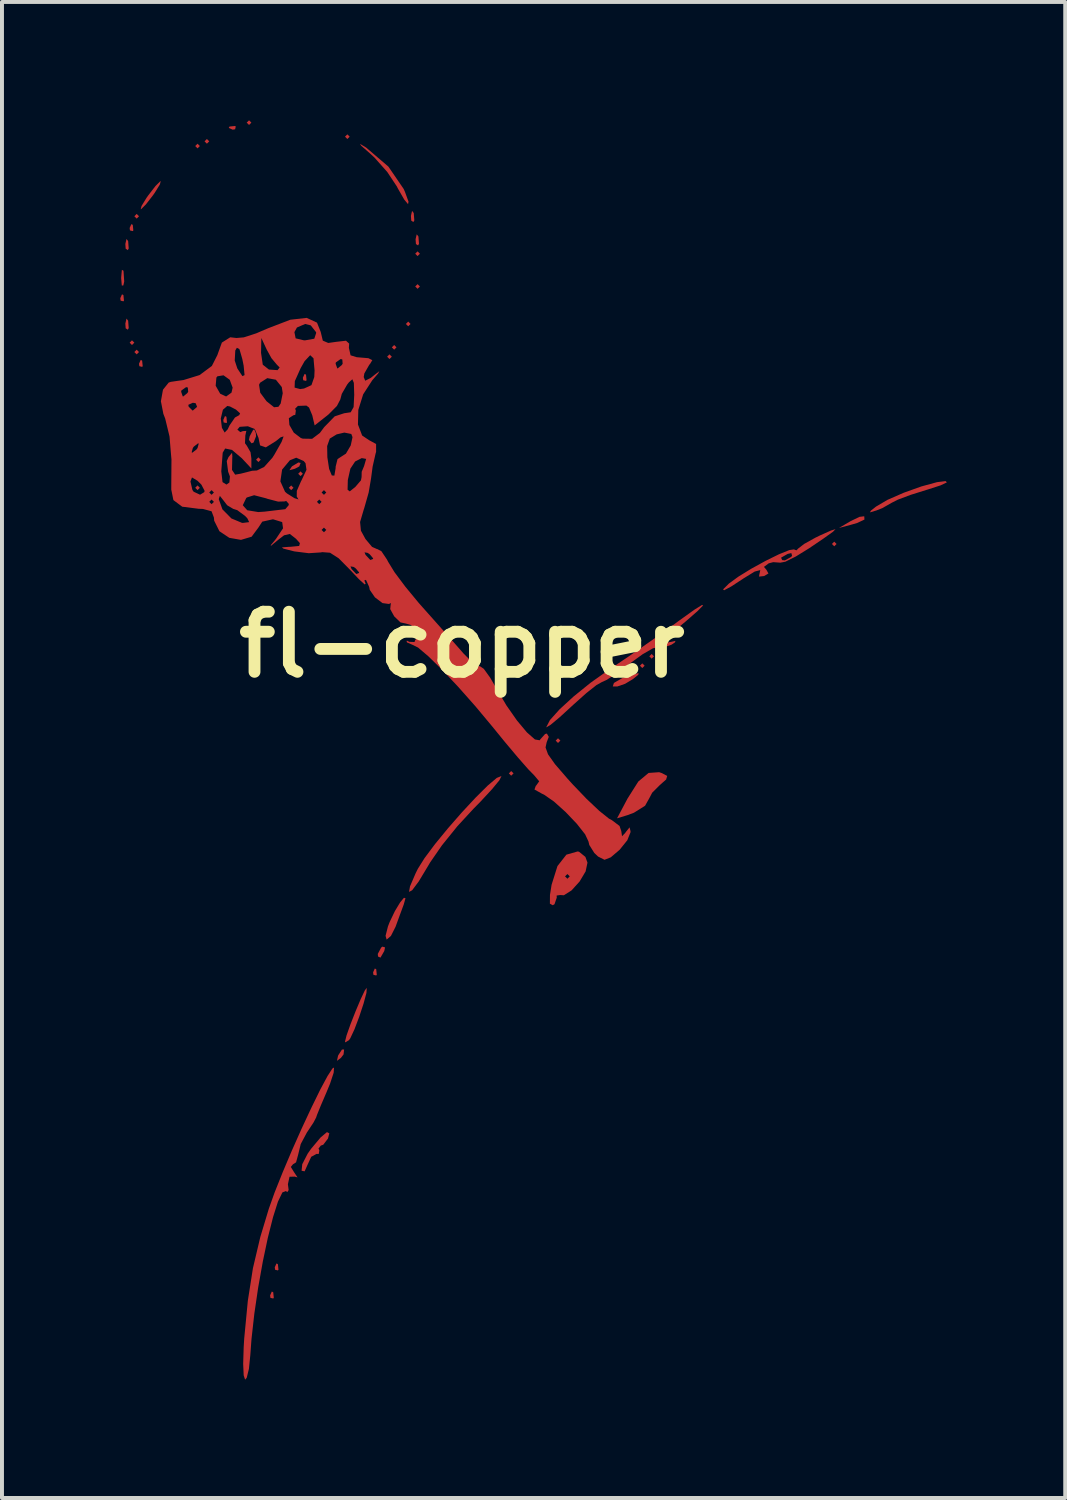
<source format=kicad_pcb>
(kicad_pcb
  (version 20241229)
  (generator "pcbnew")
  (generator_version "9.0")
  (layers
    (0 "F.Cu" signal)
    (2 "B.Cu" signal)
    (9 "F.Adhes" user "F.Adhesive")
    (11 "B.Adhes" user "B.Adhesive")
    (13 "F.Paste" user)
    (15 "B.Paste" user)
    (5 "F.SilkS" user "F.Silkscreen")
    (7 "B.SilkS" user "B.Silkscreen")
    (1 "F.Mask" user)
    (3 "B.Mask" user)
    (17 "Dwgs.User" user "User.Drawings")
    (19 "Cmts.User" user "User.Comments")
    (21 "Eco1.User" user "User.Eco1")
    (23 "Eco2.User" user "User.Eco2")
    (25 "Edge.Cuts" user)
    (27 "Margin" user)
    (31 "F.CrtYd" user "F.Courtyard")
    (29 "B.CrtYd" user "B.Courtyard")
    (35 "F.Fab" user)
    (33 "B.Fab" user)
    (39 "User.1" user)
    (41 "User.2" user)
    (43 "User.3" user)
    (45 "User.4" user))
  (footprint "fl-copper"
    (layer "F.Cu")
    (at 8.664 13.293)
    (property "Reference" "fl-copper" (at 0 0 0) (layer "F.SilkS") (effects (font (size 1.524 1.524) (thickness 0.3))))
    (attr board_only exclude_from_pos_files exclude_from_bom)
    (fp_poly (pts (xy -8.308 -7.656) (xy -8.368 -7.596) (xy -8.427 -7.656) (xy -8.368 -7.715)) (stroke (width 0) (type solid)) (fill yes) (layer "F.Cu"))
    (fp_poly (pts (xy -8.19 -10.86) (xy -8.249 -10.801) (xy -8.308 -10.86) (xy -8.249 -10.92)) (stroke (width 0) (type solid)) (fill yes) (layer "F.Cu"))
    (fp_poly (pts (xy -8.19 -7.418) (xy -8.249 -7.359) (xy -8.308 -7.418) (xy -8.249 -7.478)) (stroke (width 0) (type solid)) (fill yes) (layer "F.Cu"))
    (fp_poly (pts (xy -6.647 -12.641) (xy -6.706 -12.581) (xy -6.765 -12.641) (xy -6.706 -12.7)) (stroke (width 0) (type solid)) (fill yes) (layer "F.Cu"))
    (fp_poly (pts (xy -6.647 -3.976) (xy -6.706 -3.917) (xy -6.765 -3.976) (xy -6.706 -4.036)) (stroke (width 0) (type solid)) (fill yes) (layer "F.Cu"))
    (fp_poly (pts (xy -6.409 -12.759) (xy -6.469 -12.7) (xy -6.528 -12.759) (xy -6.469 -12.819)) (stroke (width 0) (type solid)) (fill yes) (layer "F.Cu"))
    (fp_poly (pts (xy -5.341 -13.234) (xy -5.4 -13.175) (xy -5.46 -13.234) (xy -5.4 -13.293)) (stroke (width 0) (type solid)) (fill yes) (layer "F.Cu"))
    (fp_poly (pts (xy -5.104 -4.688) (xy -5.163 -4.629) (xy -5.222 -4.688) (xy -5.163 -4.748)) (stroke (width 0) (type solid)) (fill yes) (layer "F.Cu"))
    (fp_poly (pts (xy -4.273 -3.976) (xy -4.332 -3.917) (xy -4.392 -3.976) (xy -4.332 -4.036)) (stroke (width 0) (type solid)) (fill yes) (layer "F.Cu"))
    (fp_poly (pts (xy -4.036 -4.332) (xy -4.095 -4.273) (xy -4.154 -4.332) (xy -4.095 -4.392)) (stroke (width 0) (type solid)) (fill yes) (layer "F.Cu"))
    (fp_poly (pts (xy -2.849 -12.878) (xy -2.908 -12.819) (xy -2.967 -12.878) (xy -2.908 -12.937)) (stroke (width 0) (type solid)) (fill yes) (layer "F.Cu"))
    (fp_poly (pts (xy -1.78 -7.3) (xy -1.84 -7.24) (xy -1.899 -7.3) (xy -1.84 -7.359)) (stroke (width 0) (type solid)) (fill yes) (layer "F.Cu"))
    (fp_poly (pts (xy -1.662 -7.537) (xy -1.721 -7.478) (xy -1.78 -7.537) (xy -1.721 -7.596)) (stroke (width 0) (type solid)) (fill yes) (layer "F.Cu"))
    (fp_poly (pts (xy -1.306 -8.13) (xy -1.365 -8.071) (xy -1.424 -8.13) (xy -1.365 -8.19)) (stroke (width 0) (type solid)) (fill yes) (layer "F.Cu"))
    (fp_poly (pts (xy -1.068 -9.911) (xy -1.128 -9.851) (xy -1.187 -9.911) (xy -1.128 -9.97)) (stroke (width 0) (type solid)) (fill yes) (layer "F.Cu"))
    (fp_poly (pts (xy -1.068 -9.08) (xy -1.128 -9.021) (xy -1.187 -9.08) (xy -1.128 -9.139)) (stroke (width 0) (type solid)) (fill yes) (layer "F.Cu"))
    (fp_poly (pts (xy 1.306 3.264) (xy 1.246 3.323) (xy 1.187 3.264) (xy 1.246 3.205)) (stroke (width 0) (type solid)) (fill yes) (layer "F.Cu"))
    (fp_poly (pts (xy 2.493 2.433) (xy 2.433 2.493) (xy 2.374 2.433) (xy 2.433 2.374)) (stroke (width 0) (type solid)) (fill yes) (layer "F.Cu"))
    (fp_poly (pts (xy 4.629 0.534) (xy 4.57 0.593) (xy 4.51 0.534) (xy 4.57 0.475)) (stroke (width 0) (type solid)) (fill yes) (layer "F.Cu"))
    (fp_poly (pts (xy 4.866 0.297) (xy 4.807 0.356) (xy 4.748 0.297) (xy 4.807 0.237)) (stroke (width 0) (type solid)) (fill yes) (layer "F.Cu"))
    (fp_poly (pts (xy 9.495 -2.552) (xy 9.436 -2.493) (xy 9.377 -2.552) (xy 9.436 -2.611)) (stroke (width 0) (type solid)) (fill yes) (layer "F.Cu"))
    (fp_poly (pts (xy -8.585 -8.862) (xy -8.571 -8.721) (xy -8.585 -8.704) (xy -8.656 -8.72) (xy -8.664 -8.783) (xy -8.621 -8.881)) (stroke (width 0) (type solid)) (fill yes) (layer "F.Cu"))
    (fp_poly (pts (xy -8.465 -10.23) (xy -8.451 -10.044) (xy -8.474 -10.002) (xy -8.528 -10.038) (xy -8.536 -10.158) (xy -8.507 -10.285)) (stroke (width 0) (type solid)) (fill yes) (layer "F.Cu"))
    (fp_poly (pts (xy -8.465 -8.212) (xy -8.451 -8.026) (xy -8.474 -7.984) (xy -8.528 -8.02) (xy -8.536 -8.14) (xy -8.507 -8.267)) (stroke (width 0) (type solid)) (fill yes) (layer "F.Cu"))
    (fp_poly (pts (xy -8.348 -10.643) (xy -8.334 -10.502) (xy -8.348 -10.484) (xy -8.419 -10.501) (xy -8.427 -10.564) (xy -8.384 -10.661)) (stroke (width 0) (type solid)) (fill yes) (layer "F.Cu"))
    (fp_poly (pts (xy -8.111 -7.201) (xy -8.096 -7.06) (xy -8.111 -7.042) (xy -8.181 -7.059) (xy -8.19 -7.121) (xy -8.146 -7.219)) (stroke (width 0) (type solid)) (fill yes) (layer "F.Cu"))
    (fp_poly (pts (xy -5.974 -5.776) (xy -5.96 -5.635) (xy -5.974 -5.618) (xy -6.045 -5.634) (xy -6.053 -5.697) (xy -6.01 -5.795)) (stroke (width 0) (type solid)) (fill yes) (layer "F.Cu"))
    (fp_poly (pts (xy -5.737 -13.135) (xy -5.753 -13.065) (xy -5.816 -13.056) (xy -5.914 -13.1) (xy -5.895 -13.135) (xy -5.754 -13.149)) (stroke (width 0) (type solid)) (fill yes) (layer "F.Cu"))
    (fp_poly (pts (xy -4.787 16.419) (xy -4.773 16.56) (xy -4.787 16.577) (xy -4.858 16.561) (xy -4.866 16.498) (xy -4.823 16.4)) (stroke (width 0) (type solid)) (fill yes) (layer "F.Cu"))
    (fp_poly (pts (xy -4.669 15.707) (xy -4.654 15.848) (xy -4.669 15.865) (xy -4.739 15.849) (xy -4.748 15.786) (xy -4.704 15.688)) (stroke (width 0) (type solid)) (fill yes) (layer "F.Cu"))
    (fp_poly (pts (xy -3.956 -6.845) (xy -3.942 -6.704) (xy -3.956 -6.686) (xy -4.027 -6.703) (xy -4.036 -6.765) (xy -3.992 -6.863)) (stroke (width 0) (type solid)) (fill yes) (layer "F.Cu"))
    (fp_poly (pts (xy -2.176 8.229) (xy -2.162 8.37) (xy -2.176 8.388) (xy -2.247 8.371) (xy -2.255 8.308) (xy -2.212 8.211)) (stroke (width 0) (type solid)) (fill yes) (layer "F.Cu"))
    (fp_poly (pts (xy -1.225 -10.942) (xy -1.21 -10.756) (xy -1.234 -10.714) (xy -1.288 -10.75) (xy -1.296 -10.87) (xy -1.267 -10.997)) (stroke (width 0) (type solid)) (fill yes) (layer "F.Cu"))
    (fp_poly (pts (xy -1.106 -10.348) (xy -1.092 -10.163) (xy -1.115 -10.121) (xy -1.169 -10.156) (xy -1.178 -10.277) (xy -1.149 -10.403)) (stroke (width 0) (type solid)) (fill yes) (layer "F.Cu"))
    (fp_poly (pts (xy -4.092 -4.606) (xy -4.127 -4.518) (xy -4.238 -4.459) (xy -4.377 -4.422) (xy -4.32 -4.509) (xy -4.305 -4.525) (xy -4.149 -4.619)) (stroke (width 0) (type solid)) (fill yes) (layer "F.Cu"))
    (fp_poly (pts (xy -3.004 10.389) (xy -3.071 10.477) (xy -3.171 10.552) (xy -3.146 10.433) (xy -3.138 10.41) (xy -3.044 10.265) (xy -2.99 10.264)) (stroke (width 0) (type solid)) (fill yes) (layer "F.Cu"))
    (fp_poly (pts (xy -1.952 7.676) (xy -1.972 7.768) (xy -2.068 7.935) (xy -2.13 7.907) (xy -2.136 7.841) (xy -2.05 7.68) (xy -2.019 7.656)) (stroke (width 0) (type solid)) (fill yes) (layer "F.Cu"))
    (fp_poly (pts (xy -1.324 -0.427) (xy -1.198 -0.316) (xy -1.187 -0.29) (xy -1.243 -0.241) (xy -1.361 -0.35) (xy -1.376 -0.374) (xy -1.39 -0.456)) (stroke (width 0) (type solid)) (fill yes) (layer "F.Cu"))
    (fp_poly (pts (xy 10.202 -3.171) (xy 10.017 -3.084) (xy 9.851 -3.036) (xy 9.555 -2.957) (xy 9.851 -3.131) (xy 10.078 -3.24) (xy 10.197 -3.254)) (stroke (width 0) (type solid)) (fill yes) (layer "F.Cu"))
    (fp_poly (pts (xy -8.588 -9.484) (xy -8.582 -9.463) (xy -8.565 -9.205) (xy -8.587 -9.107) (xy -8.626 -9.103) (xy -8.642 -9.289) (xy -8.641 -9.317) (xy -8.624 -9.501)) (stroke (width 0) (type solid)) (fill yes) (layer "F.Cu"))
    (fp_poly (pts (xy -5.228 -5.363) (xy -5.222 -5.282) (xy -5.285 -5.124) (xy -5.337 -5.104) (xy -5.403 -5.191) (xy -5.384 -5.282) (xy -5.3 -5.438) (xy -5.269 -5.46)) (stroke (width 0) (type solid)) (fill yes) (layer "F.Cu"))
    (fp_poly (pts (xy 4.468 0.764) (xy 4.332 0.874) (xy 4.132 0.994) (xy 3.939 1.06) (xy 3.822 1.06) (xy 3.847 0.979) (xy 3.863 0.963) (xy 4.058 0.851) (xy 4.273 0.773) (xy 4.476 0.721)) (stroke (width 0) (type solid)) (fill yes) (layer "F.Cu"))
    (fp_poly (pts (xy -7.661 -11.666) (xy -7.789 -11.458) (xy -7.834 -11.394) (xy -8.014 -11.162) (xy -8.134 -11.043) (xy -8.147 -11.038) (xy -8.125 -11.122) (xy -7.997 -11.331) (xy -7.952 -11.394) (xy -7.772 -11.627) (xy -7.652 -11.746) (xy -7.639 -11.75)) (stroke (width 0) (type solid)) (fill yes) (layer "F.Cu"))
    (fp_poly (pts (xy -1.434 6.429) (xy -1.478 6.587) (xy -1.587 6.882) (xy -1.685 7.151) (xy -1.803 7.385) (xy -1.912 7.478) (xy -1.939 7.382) (xy -1.878 7.142) (xy -1.835 7.032) (xy -1.704 6.758) (xy -1.573 6.54) (xy -1.473 6.418)) (stroke (width 0) (type solid)) (fill yes) (layer "F.Cu"))
    (fp_poly (pts (xy -2.424 8.83) (xy -2.497 9.101) (xy -2.607 9.434) (xy -2.727 9.752) (xy -2.832 9.977) (xy -2.864 10.024) (xy -2.958 10.084) (xy -2.967 10.064) (xy -2.928 9.907) (xy -2.83 9.629) (xy -2.701 9.3) (xy -2.57 8.989) (xy -2.465 8.767) (xy -2.416 8.701)) (stroke (width 0) (type solid)) (fill yes) (layer "F.Cu"))
    (fp_poly (pts (xy 5.058 3.254) (xy 5.201 3.328) (xy 5.174 3.42) (xy 5.015 3.559) (xy 4.821 3.753) (xy 4.748 3.892) (xy 4.64 4.085) (xy 4.357 4.262) (xy 4.191 4.324) (xy 3.93 4.403) (xy 4.195 3.903) (xy 4.469 3.47) (xy 4.729 3.253) (xy 4.997 3.234)) (stroke (width 0) (type solid)) (fill yes) (layer "F.Cu"))
    (fp_poly (pts (xy -2.435 -12.604) (xy -2.433 -12.603) (xy -1.867 -12.119) (xy -1.481 -11.554) (xy -1.449 -11.483) (xy -1.357 -11.23) (xy -1.369 -11.167) (xy -1.466 -11.284) (xy -1.628 -11.566) (xy -1.653 -11.616) (xy -1.896 -11.983) (xy -2.223 -12.351) (xy -2.338 -12.457) (xy -2.556 -12.648) (xy -2.588 -12.697)) (stroke (width 0) (type solid)) (fill yes) (layer "F.Cu"))
    (fp_poly (pts (xy -3.365 12.389) (xy -3.399 12.522) (xy -3.519 12.679) (xy -3.58 12.7) (xy -3.639 12.774) (xy -3.618 12.822) (xy -3.633 12.912) (xy -3.69 12.911) (xy -3.824 12.985) (xy -3.911 13.174) (xy -3.991 13.353) (xy -4.068 13.338) (xy -4.051 13.172) (xy -3.915 12.907) (xy -3.825 12.779) (xy -3.586 12.494) (xy -3.425 12.359)) (stroke (width 0) (type solid)) (fill yes) (layer "F.Cu"))
    (fp_poly (pts (xy 12.292 -4.114) (xy 12.13 -4.037) (xy 11.808 -3.933) (xy 11.784 -3.926) (xy 11.376 -3.798) (xy 11.05 -3.676) (xy 10.894 -3.597) (xy 10.653 -3.46) (xy 10.504 -3.401) (xy 10.34 -3.353) (xy 10.368 -3.399) (xy 10.497 -3.501) (xy 10.785 -3.67) (xy 11.198 -3.851) (xy 11.646 -4.011) (xy 12.042 -4.119) (xy 12.259 -4.146)) (stroke (width 0) (type solid)) (fill yes) (layer "F.Cu"))
    (fp_poly (pts (xy 0.999 3.333) (xy 0.948 3.437) (xy 0.759 3.666) (xy 0.469 3.979) (xy 0.291 4.16) (xy -0.117 4.602) (xy -0.508 5.086) (xy -0.81 5.523) (xy -0.86 5.608) (xy -1.099 6.005) (xy -1.265 6.227) (xy -1.344 6.269) (xy -1.319 6.127) (xy -1.177 5.797) (xy -1.121 5.684) (xy -0.95 5.411) (xy -0.684 5.055) (xy -0.356 4.655) (xy -0.001 4.249) (xy 0.346 3.876) (xy 0.651 3.573) (xy 0.88 3.379) (xy 0.998 3.332)) (stroke (width 0) (type solid)) (fill yes) (layer "F.Cu"))
    (fp_poly (pts (xy 2.965 5.25) (xy 3.127 5.381) (xy 3.18 5.527) (xy 3.133 5.749) (xy 2.98 6.006) (xy 2.776 6.231) (xy 2.582 6.354) (xy 2.489 6.348) (xy 2.398 6.361) (xy 2.401 6.415) (xy 2.344 6.581) (xy 2.299 6.607) (xy 2.227 6.567) (xy 2.229 6.346) (xy 2.27 6.088) (xy 2.337 5.875) (xy 2.611 5.875) (xy 2.671 5.935) (xy 2.73 5.875) (xy 2.671 5.816) (xy 2.611 5.875) (xy 2.337 5.875) (xy 2.419 5.614) (xy 2.645 5.325) (xy 2.928 5.244)) (stroke (width 0) (type solid)) (fill yes) (layer "F.Cu"))
    (fp_poly (pts (xy 6.11 -0.992) (xy 5.968 -0.848) (xy 5.665 -0.584) (xy 5.341 -0.317) (xy 5.103 -0.118) (xy 5.041 -0.034) (xy 5.143 -0.037) (xy 5.222 -0.056) (xy 5.412 -0.095) (xy 5.393 -0.053) (xy 5.311 0.001) (xy 5.091 0.077) (xy 4.987 0.061) (xy 4.842 0.092) (xy 4.576 0.245) (xy 4.265 0.47) (xy 3.936 0.717) (xy 3.674 0.89) (xy 3.543 0.95) (xy 3.407 1.026) (xy 3.152 1.228) (xy 2.832 1.514) (xy 2.782 1.56) (xy 2.475 1.841) (xy 2.247 2.031) (xy 2.14 2.096) (xy 2.136 2.091) (xy 2.228 1.913) (xy 2.473 1.64) (xy 2.831 1.312) (xy 3.258 0.967) (xy 3.712 0.644) (xy 3.732 0.63) (xy 4.228 0.297) (xy 4.808 -0.107) (xy 5.368 -0.509) (xy 5.519 -0.62) (xy 5.891 -0.886) (xy 6.086 -1.007)) (stroke (width 0) (type solid)) (fill yes) (layer "F.Cu"))
    (fp_poly (pts (xy 9.406 -2.863) (xy 9.161 -2.688) (xy 8.801 -2.444) (xy 8.461 -2.234) (xy 8.196 -2.102) (xy 8.07 -2.078) (xy 7.889 -2.091) (xy 7.775 -2.061) (xy 7.654 -1.971) (xy 7.715 -1.899) (xy 7.768 -1.804) (xy 7.659 -1.739) (xy 7.529 -1.725) (xy 7.538 -1.782) (xy 7.561 -1.89) (xy 7.42 -1.853) (xy 7.14 -1.681) (xy 6.824 -1.474) (xy 6.643 -1.378) (xy 6.618 -1.401) (xy 6.765 -1.547) (xy 7.002 -1.721) (xy 7.33 -1.923) (xy 7.692 -2.122) (xy 7.86 -2.205) (xy 8.088 -2.205) (xy 8.116 -2.143) (xy 8.183 -2.136) (xy 8.344 -2.223) (xy 8.367 -2.254) (xy 8.348 -2.321) (xy 8.255 -2.3) (xy 8.088 -2.205) (xy 7.86 -2.205) (xy 8.033 -2.29) (xy 8.296 -2.397) (xy 8.424 -2.416) (xy 8.429 -2.405) (xy 8.482 -2.392) (xy 8.518 -2.433) (xy 8.673 -2.553) (xy 8.959 -2.712) (xy 9.08 -2.771) (xy 9.356 -2.894) (xy 9.468 -2.928)) (stroke (width 0) (type solid)) (fill yes) (layer "F.Cu"))
    (fp_poly (pts (xy -3.255 10.854) (xy -3.346 11.13) (xy -3.439 11.355) (xy -3.582 11.688) (xy -3.677 11.922) (xy -3.699 11.988) (xy -3.766 12.116) (xy -3.918 12.346) (xy -3.93 12.362) (xy -4.09 12.662) (xy -4.154 12.926) (xy -4.208 13.125) (xy -4.287 13.175) (xy -4.341 13.242) (xy -4.258 13.376) (xy -4.171 13.507) (xy -4.243 13.487) (xy -4.374 13.491) (xy -4.415 13.68) (xy -4.396 13.828) (xy -4.431 13.88) (xy -4.465 13.853) (xy -4.555 13.888) (xy -4.667 14.121) (xy -4.792 14.516) (xy -4.923 15.034) (xy -5.051 15.64) (xy -5.168 16.295) (xy -5.266 16.962) (xy -5.338 17.605) (xy -5.368 18.011) (xy -5.403 18.36) (xy -5.459 18.586) (xy -5.5 18.635) (xy -5.536 18.525) (xy -5.549 18.233) (xy -5.536 17.811) (xy -5.523 17.596) (xy -5.431 16.636) (xy -5.302 15.811) (xy -5.115 15.019) (xy -4.899 14.302) (xy -4.751 13.887) (xy -4.55 13.383) (xy -4.316 12.83) (xy -4.066 12.268) (xy -3.819 11.739) (xy -3.595 11.281) (xy -3.41 10.937) (xy -3.286 10.745) (xy -3.245 10.721)) (stroke (width 0) (type solid)) (fill yes) (layer "F.Cu"))
    (fp_poly (pts (xy -3.677 -8.163) (xy -3.583 -7.927) (xy -3.53 -7.707) (xy -3.392 -7.648) (xy -3.188 -7.677) (xy -2.942 -7.705) (xy -2.862 -7.632) (xy -2.869 -7.524) (xy -2.826 -7.335) (xy -2.671 -7.287) (xy -2.374 -7.262) (xy -2.275 -7.212) (xy -2.334 -7.114) (xy -2.35 -7.098) (xy -2.477 -6.876) (xy -2.493 -6.783) (xy -2.455 -6.691) (xy -2.316 -6.761) (xy -2.225 -6.834) (xy -2.096 -6.933) (xy -2.127 -6.875) (xy -2.275 -6.704) (xy -2.507 -6.345) (xy -2.63 -5.95) (xy -2.639 -5.581) (xy -2.533 -5.302) (xy -2.358 -5.184) (xy -2.179 -5.087) (xy -2.179 -4.887) (xy -2.192 -4.844) (xy -2.267 -4.514) (xy -2.307 -4.214) (xy -2.368 -3.854) (xy -2.481 -3.457) (xy -2.493 -3.422) (xy -2.585 -3.109) (xy -2.564 -2.889) (xy -2.448 -2.677) (xy -2.281 -2.478) (xy -2.155 -2.422) (xy -2.151 -2.424) (xy -2.045 -2.369) (xy -1.903 -2.157) (xy -1.875 -2.102) (xy -1.712 -1.836) (xy -1.436 -1.467) (xy -1.1 -1.06) (xy -0.995 -0.941) (xy -0.63 -0.531) (xy -0.282 -0.14) (xy -0.015 0.164) (xy 0.034 0.221) (xy 0.256 0.443) (xy 0.419 0.548) (xy 0.454 0.547) (xy 0.551 0.613) (xy 0.714 0.839) (xy 0.869 1.107) (xy 1.124 1.539) (xy 1.393 1.924) (xy 1.645 2.225) (xy 1.848 2.404) (xy 1.969 2.425) (xy 1.982 2.404) (xy 2.105 2.266) (xy 2.151 2.255) (xy 2.199 2.338) (xy 2.146 2.474) (xy 2.117 2.607) (xy 2.18 2.781) (xy 2.358 3.032) (xy 2.676 3.4) (xy 2.798 3.535) (xy 3.157 3.91) (xy 3.481 4.216) (xy 3.723 4.41) (xy 3.801 4.452) (xy 3.993 4.597) (xy 4.037 4.726) (xy 4.056 4.858) (xy 4.138 4.772) (xy 4.154 4.748) (xy 4.247 4.632) (xy 4.271 4.728) (xy 4.271 4.757) (xy 4.19 4.959) (xy 3.996 5.2) (xy 3.771 5.392) (xy 3.612 5.455) (xy 3.448 5.372) (xy 3.353 5.282) (xy 3.226 5.079) (xy 3.205 4.99) (xy 3.121 4.81) (xy 2.909 4.541) (xy 2.626 4.244) (xy 2.33 3.978) (xy 2.078 3.803) (xy 2.026 3.779) (xy 1.836 3.673) (xy 1.87 3.579) (xy 1.879 3.573) (xy 1.956 3.465) (xy 1.831 3.316) (xy 1.679 3.16) (xy 1.418 2.863) (xy 1.087 2.469) (xy 0.77 2.08) (xy 0.338 1.562) (xy -0.097 1.071) (xy -0.504 0.639) (xy -0.854 0.296) (xy -1.114 0.075) (xy -1.253 0.006) (xy -1.389 -0.053) (xy -1.405 -0.068) (xy -1.399 -0.102) (xy -1.335 -0.071) (xy -1.205 -0.066) (xy -1.187 -0.119) (xy -1.11 -0.19) (xy -1.039 -0.165) (xy -0.998 -0.175) (xy -1.102 -0.319) (xy -1.114 -0.333) (xy -1.301 -0.5) (xy -1.424 -0.534) (xy -1.562 -0.564) (xy -1.72 -0.717) (xy -1.821 -0.901) (xy -1.81 -1.008) (xy -1.802 -1.054) (xy -1.854 -1.031) (xy -2.016 -1.053) (xy -2.209 -1.199) (xy -2.34 -1.389) (xy -2.355 -1.464) (xy -2.43 -1.63) (xy -2.442 -1.642) (xy -2.477 -1.628) (xy -2.444 -1.543) (xy -2.468 -1.526) (xy -2.615 -1.66) (xy -2.828 -1.885) (xy -2.925 -1.984) (xy -2.829 -1.984) (xy -2.801 -1.917) (xy -2.681 -1.79) (xy -2.612 -1.816) (xy -2.611 -1.833) (xy -2.696 -1.933) (xy -2.748 -1.97) (xy -2.829 -1.984) (xy -2.925 -1.984) (xy -3.127 -2.188) (xy -3.347 -2.33) (xy -3.48 -2.34) (xy -2.473 -2.34) (xy -2.445 -2.273) (xy -2.325 -2.146) (xy -2.256 -2.172) (xy -2.255 -2.189) (xy -2.339 -2.289) (xy -2.392 -2.326) (xy -2.473 -2.34) (xy -3.48 -2.34) (xy -3.545 -2.345) (xy -3.578 -2.338) (xy -3.887 -2.318) (xy -4.254 -2.364) (xy -4.273 -2.369) (xy -4.529 -2.434) (xy -4.567 -2.465) (xy -4.397 -2.479) (xy -4.353 -2.48) (xy -4.129 -2.502) (xy -4.111 -2.573) (xy -4.21 -2.684) (xy -4.366 -2.806) (xy -4.512 -2.772) (xy -4.664 -2.655) (xy -4.842 -2.507) (xy -4.851 -2.519) (xy -4.718 -2.68) (xy -4.566 -2.908) (xy -3.561 -2.908) (xy -3.501 -2.849) (xy -3.442 -2.908) (xy -3.501 -2.967) (xy -3.561 -2.908) (xy -4.566 -2.908) (xy -4.538 -2.949) (xy -4.56 -3.107) (xy -4.786 -3.176) (xy -4.8 -3.177) (xy -5.065 -3.118) (xy -5.164 -2.966) (xy -5.335 -2.736) (xy -5.605 -2.656) (xy -5.901 -2.708) (xy -6.151 -2.875) (xy -6.284 -3.142) (xy -6.291 -3.223) (xy -6.351 -3.381) (xy -6.569 -3.44) (xy -6.676 -3.444) (xy -7.094 -3.497) (xy -7.259 -3.62) (xy -6.409 -3.62) (xy -6.35 -3.561) (xy -6.291 -3.62) (xy -6.35 -3.679) (xy -6.409 -3.62) (xy -7.259 -3.62) (xy -7.317 -3.664) (xy -7.323 -3.689) (xy -6.168 -3.689) (xy -6.075 -3.43) (xy -5.847 -3.199) (xy -5.578 -3.087) (xy -5.552 -3.086) (xy -5.397 -3.106) (xy -5.445 -3.205) (xy -5.502 -3.264) (xy -5.7 -3.41) (xy -5.802 -3.442) (xy -5.954 -3.533) (xy -5.955 -3.534) (xy -5.559 -3.534) (xy -5.446 -3.407) (xy -5.167 -3.361) (xy -5.006 -3.372) (xy -4.696 -3.409) (xy -4.497 -3.432) (xy -4.481 -3.434) (xy -4.395 -3.535) (xy -4.392 -3.568) (xy -4.438 -3.62) (xy -3.679 -3.62) (xy -3.62 -3.561) (xy -3.561 -3.62) (xy -3.62 -3.679) (xy -3.679 -3.62) (xy -4.438 -3.62) (xy -4.459 -3.644) (xy -4.493 -3.631) (xy -4.663 -3.626) (xy -4.941 -3.699) (xy -4.966 -3.709) (xy -5.271 -3.788) (xy -5.455 -3.731) (xy -5.472 -3.715) (xy -5.559 -3.534) (xy -5.955 -3.534) (xy -6.044 -3.65) (xy -6.14 -3.772) (xy -6.168 -3.689) (xy -7.323 -3.689) (xy -7.372 -3.931) (xy -7.371 -4.129) (xy -6.884 -4.129) (xy -6.836 -3.922) (xy -6.805 -3.877) (xy -6.642 -3.801) (xy -6.55 -3.857) (xy -6.409 -3.857) (xy -6.35 -3.798) (xy -6.291 -3.857) (xy -6.35 -3.917) (xy -6.409 -3.857) (xy -6.55 -3.857) (xy -6.533 -3.868) (xy -6.528 -3.902) (xy -6.609 -4.057) (xy -6.706 -4.154) (xy -6.847 -4.239) (xy -6.884 -4.14) (xy -6.884 -4.129) (xy -7.371 -4.129) (xy -7.369 -4.394) (xy -6.104 -4.394) (xy -6.072 -4.12) (xy -5.973 -4.058) (xy -5.899 -4.11) (xy -5.896 -4.139) (xy -4.606 -4.139) (xy -4.488 -3.877) (xy -4.44 -3.834) (xy -4.246 -3.712) (xy -4.146 -3.681) (xy -4.191 -3.755) (xy -4.189 -3.857) (xy -3.561 -3.857) (xy -3.501 -3.798) (xy -3.442 -3.857) (xy -3.501 -3.917) (xy -3.561 -3.857) (xy -4.189 -3.857) (xy -4.189 -3.898) (xy -4.176 -3.928) (xy -2.902 -3.928) (xy -2.847 -3.885) (xy -2.706 -3.998) (xy -2.563 -4.165) (xy -2.547 -4.248) (xy -2.544 -4.383) (xy -2.484 -4.526) (xy -2.431 -4.709) (xy -2.543 -4.729) (xy -2.711 -4.643) (xy -2.831 -4.462) (xy -2.896 -4.173) (xy -2.902 -3.928) (xy -4.176 -3.928) (xy -4.082 -4.143) (xy -4.067 -4.17) (xy -3.944 -4.432) (xy -3.968 -4.599) (xy -4.014 -4.655) (xy -4.204 -4.739) (xy -4.365 -4.674) (xy -4.562 -4.438) (xy -4.606 -4.139) (xy -5.896 -4.139) (xy -5.885 -4.263) (xy -5.93 -4.384) (xy -5.965 -4.654) (xy -5.921 -4.754) (xy -5.831 -4.864) (xy -5.823 -4.766) (xy -5.825 -4.748) (xy -5.832 -4.43) (xy -5.752 -4.309) (xy -5.608 -4.335) (xy -5.321 -4.408) (xy -5.2 -4.415) (xy -5.017 -4.505) (xy -4.809 -4.737) (xy -4.755 -4.822) (xy -4.635 -5.034) (xy -3.42 -5.034) (xy -3.415 -4.751) (xy -3.37 -4.455) (xy -3.302 -4.289) (xy -3.237 -4.285) (xy -3.205 -4.475) (xy -3.205 -4.51) (xy -3.157 -4.703) (xy -3.09 -4.748) (xy -2.944 -4.842) (xy -2.822 -5.05) (xy -2.777 -5.26) (xy -2.808 -5.341) (xy -2.984 -5.376) (xy -3.178 -5.331) (xy -3.353 -5.224) (xy -3.42 -5.034) (xy -4.635 -5.034) (xy -4.575 -5.14) (xy -4.524 -5.279) (xy -4.6 -5.256) (xy -4.718 -5.161) (xy -4.974 -5.001) (xy -5.121 -5.052) (xy -5.16 -5.241) (xy -5.255 -5.466) (xy -5.43 -5.536) (xy -5.637 -5.522) (xy -5.697 -5.452) (xy -5.622 -5.388) (xy -5.558 -5.413) (xy -5.469 -5.419) (xy -5.494 -5.305) (xy -5.503 -5.106) (xy -5.455 -5.041) (xy -5.362 -4.878) (xy -5.341 -4.718) (xy -5.341 -4.466) (xy -5.583 -4.725) (xy -5.833 -4.937) (xy -6.006 -4.972) (xy -6.068 -4.866) (xy -6.104 -4.394) (xy -7.369 -4.394) (xy -7.367 -4.695) (xy -7.383 -4.874) (xy -6.855 -4.874) (xy -6.839 -4.866) (xy -6.73 -4.95) (xy -6.706 -4.985) (xy -6.676 -5.096) (xy -6.692 -5.104) (xy -6.8 -5.02) (xy -6.825 -4.985) (xy -6.855 -4.874) (xy -7.383 -4.874) (xy -7.416 -5.276) (xy -7.525 -5.727) (xy -7.527 -5.733) (xy -6.117 -5.733) (xy -6.088 -5.497) (xy -6.018 -5.377) (xy -5.941 -5.459) (xy -5.895 -5.557) (xy -5.769 -5.741) (xy -4.391 -5.741) (xy -4.377 -5.569) (xy -4.266 -5.375) (xy -4.086 -5.238) (xy -4.037 -5.222) (xy -3.801 -5.218) (xy -3.604 -5.367) (xy -3.495 -5.514) (xy -3.228 -5.788) (xy -2.989 -5.866) (xy -2.823 -5.891) (xy -2.749 -6.023) (xy -2.734 -6.326) (xy -2.734 -6.341) (xy -2.743 -6.636) (xy -2.781 -6.728) (xy -2.869 -6.649) (xy -2.912 -6.594) (xy -3.049 -6.357) (xy -3.086 -6.217) (xy -3.172 -6.051) (xy -3.382 -5.839) (xy -3.412 -5.814) (xy -3.737 -5.558) (xy -3.797 -5.813) (xy -3.879 -6.011) (xy -3.946 -6.06) (xy -4.142 -6.053) (xy -4.161 -6.053) (xy -4.232 -5.981) (xy -4.214 -5.935) (xy -4.228 -5.825) (xy -4.274 -5.816) (xy -4.391 -5.741) (xy -5.769 -5.741) (xy -5.757 -5.758) (xy -5.649 -5.818) (xy -5.627 -5.864) (xy -5.732 -5.959) (xy -5.884 -6.038) (xy -5.952 -6.051) (xy -6.063 -5.955) (xy -6.117 -5.733) (xy -7.527 -5.733) (xy -7.573 -5.853) (xy -7.617 -6.08) (xy -6.94 -6.08) (xy -6.931 -6.033) (xy -6.834 -5.936) (xy -6.825 -5.935) (xy -6.73 -6.016) (xy -6.718 -6.033) (xy -6.754 -6.121) (xy -6.825 -6.132) (xy -6.94 -6.08) (xy -7.617 -6.08) (xy -7.635 -6.169) (xy -7.592 -6.409) (xy -7.121 -6.409) (xy -7.081 -6.294) (xy -7.069 -6.291) (xy -6.968 -6.374) (xy -6.943 -6.409) (xy -6.953 -6.519) (xy -6.996 -6.528) (xy -7.117 -6.442) (xy -7.121 -6.409) (xy -7.592 -6.409) (xy -7.582 -6.463) (xy -7.502 -6.563) (xy -6.246 -6.563) (xy -6.132 -6.362) (xy -5.981 -6.291) (xy -5.845 -6.389) (xy -5.816 -6.515) (xy -5.843 -6.588) (xy -5.146 -6.588) (xy -5.116 -6.386) (xy -4.957 -6.171) (xy -4.765 -6.018) (xy -4.655 -6.03) (xy -4.598 -6.113) (xy -4.546 -6.373) (xy -4.568 -6.516) (xy -4.245 -6.516) (xy -4.104 -6.479) (xy -4.006 -6.493) (xy -3.818 -6.579) (xy -3.746 -6.785) (xy -3.739 -6.952) (xy -3.754 -7.121) (xy -3.205 -7.121) (xy -3.164 -7.006) (xy -3.152 -7.003) (xy -3.051 -7.086) (xy -3.027 -7.121) (xy -3.036 -7.231) (xy -3.079 -7.24) (xy -3.2 -7.154) (xy -3.205 -7.121) (xy -3.754 -7.121) (xy -3.766 -7.26) (xy -3.85 -7.338) (xy -3.992 -7.186) (xy -4.092 -7.009) (xy -4.239 -6.681) (xy -4.245 -6.516) (xy -4.568 -6.516) (xy -4.57 -6.53) (xy -4.72 -6.716) (xy -4.938 -6.756) (xy -5.12 -6.64) (xy -5.146 -6.588) (xy -5.843 -6.588) (xy -5.889 -6.714) (xy -6.047 -6.828) (xy -6.202 -6.803) (xy -6.228 -6.771) (xy -6.246 -6.563) (xy -7.502 -6.563) (xy -7.437 -6.644) (xy -7.384 -6.662) (xy -7.207 -6.688) (xy -7.062 -6.708) (xy -6.654 -6.834) (xy -6.343 -7.065) (xy -6.273 -7.203) (xy -5.763 -7.203) (xy -5.697 -7.002) (xy -5.568 -6.807) (xy -5.514 -6.833) (xy -5.537 -7.073) (xy -5.571 -7.241) (xy -5.616 -7.397) (xy -5.096 -7.397) (xy -5.052 -7.097) (xy -4.896 -6.974) (xy -4.677 -6.959) (xy -4.624 -7.026) (xy -4.695 -7.098) (xy -4.831 -7.261) (xy -4.951 -7.478) (xy -5.088 -7.774) (xy -5.096 -7.397) (xy -5.616 -7.397) (xy -5.644 -7.491) (xy -5.709 -7.526) (xy -5.749 -7.457) (xy -5.763 -7.203) (xy -6.273 -7.203) (xy -6.199 -7.349) (xy -6.199 -7.355) (xy -6.089 -7.658) (xy -5.877 -7.792) (xy -5.718 -7.774) (xy -5.533 -7.79) (xy -5.215 -7.893) (xy -5.146 -7.923) (xy -4.25 -7.923) (xy -4.219 -7.765) (xy -4.009 -7.715) (xy -3.976 -7.715) (xy -3.746 -7.756) (xy -3.698 -7.901) (xy -3.702 -7.923) (xy -3.836 -8.094) (xy -3.976 -8.13) (xy -4.186 -8.04) (xy -4.25 -7.923) (xy -5.146 -7.923) (xy -4.919 -8.02) (xy -4.354 -8.237) (xy -3.938 -8.284)) (stroke (width 0) (type solid)) (fill yes) (layer "F.Cu"))
    (fp_poly (pts (xy -8.308 -7.656) (xy -8.368 -7.596) (xy -8.427 -7.656) (xy -8.368 -7.715)) (stroke (width 0) (type solid)) (fill yes) (layer "F.Mask"))
    (fp_poly (pts (xy -8.19 -10.86) (xy -8.249 -10.801) (xy -8.308 -10.86) (xy -8.249 -10.92)) (stroke (width 0) (type solid)) (fill yes) (layer "F.Mask"))
    (fp_poly (pts (xy -8.19 -7.418) (xy -8.249 -7.359) (xy -8.308 -7.418) (xy -8.249 -7.478)) (stroke (width 0) (type solid)) (fill yes) (layer "F.Mask"))
    (fp_poly (pts (xy -6.647 -12.641) (xy -6.706 -12.581) (xy -6.765 -12.641) (xy -6.706 -12.7)) (stroke (width 0) (type solid)) (fill yes) (layer "F.Mask"))
    (fp_poly (pts (xy -6.647 -3.976) (xy -6.706 -3.917) (xy -6.765 -3.976) (xy -6.706 -4.036)) (stroke (width 0) (type solid)) (fill yes) (layer "F.Mask"))
    (fp_poly (pts (xy -6.409 -12.759) (xy -6.469 -12.7) (xy -6.528 -12.759) (xy -6.469 -12.819)) (stroke (width 0) (type solid)) (fill yes) (layer "F.Mask"))
    (fp_poly (pts (xy -5.341 -13.234) (xy -5.4 -13.175) (xy -5.46 -13.234) (xy -5.4 -13.293)) (stroke (width 0) (type solid)) (fill yes) (layer "F.Mask"))
    (fp_poly (pts (xy -5.104 -4.688) (xy -5.163 -4.629) (xy -5.222 -4.688) (xy -5.163 -4.748)) (stroke (width 0) (type solid)) (fill yes) (layer "F.Mask"))
    (fp_poly (pts (xy -4.273 -3.976) (xy -4.332 -3.917) (xy -4.392 -3.976) (xy -4.332 -4.036)) (stroke (width 0) (type solid)) (fill yes) (layer "F.Mask"))
    (fp_poly (pts (xy -4.036 -4.332) (xy -4.095 -4.273) (xy -4.154 -4.332) (xy -4.095 -4.392)) (stroke (width 0) (type solid)) (fill yes) (layer "F.Mask"))
    (fp_poly (pts (xy -2.849 -12.878) (xy -2.908 -12.819) (xy -2.967 -12.878) (xy -2.908 -12.937)) (stroke (width 0) (type solid)) (fill yes) (layer "F.Mask"))
    (fp_poly (pts (xy -1.78 -7.3) (xy -1.84 -7.24) (xy -1.899 -7.3) (xy -1.84 -7.359)) (stroke (width 0) (type solid)) (fill yes) (layer "F.Mask"))
    (fp_poly (pts (xy -1.662 -7.537) (xy -1.721 -7.478) (xy -1.78 -7.537) (xy -1.721 -7.596)) (stroke (width 0) (type solid)) (fill yes) (layer "F.Mask"))
    (fp_poly (pts (xy -1.306 -8.13) (xy -1.365 -8.071) (xy -1.424 -8.13) (xy -1.365 -8.19)) (stroke (width 0) (type solid)) (fill yes) (layer "F.Mask"))
    (fp_poly (pts (xy -1.068 -9.911) (xy -1.128 -9.851) (xy -1.187 -9.911) (xy -1.128 -9.97)) (stroke (width 0) (type solid)) (fill yes) (layer "F.Mask"))
    (fp_poly (pts (xy -1.068 -9.08) (xy -1.128 -9.021) (xy -1.187 -9.08) (xy -1.128 -9.139)) (stroke (width 0) (type solid)) (fill yes) (layer "F.Mask"))
    (fp_poly (pts (xy 1.306 3.264) (xy 1.246 3.323) (xy 1.187 3.264) (xy 1.246 3.205)) (stroke (width 0) (type solid)) (fill yes) (layer "F.Mask"))
    (fp_poly (pts (xy 2.493 2.433) (xy 2.433 2.493) (xy 2.374 2.433) (xy 2.433 2.374)) (stroke (width 0) (type solid)) (fill yes) (layer "F.Mask"))
    (fp_poly (pts (xy 4.629 0.534) (xy 4.57 0.593) (xy 4.51 0.534) (xy 4.57 0.475)) (stroke (width 0) (type solid)) (fill yes) (layer "F.Mask"))
    (fp_poly (pts (xy 4.866 0.297) (xy 4.807 0.356) (xy 4.748 0.297) (xy 4.807 0.237)) (stroke (width 0) (type solid)) (fill yes) (layer "F.Mask"))
    (fp_poly (pts (xy 9.495 -2.552) (xy 9.436 -2.493) (xy 9.377 -2.552) (xy 9.436 -2.611)) (stroke (width 0) (type solid)) (fill yes) (layer "F.Mask"))
    (fp_poly (pts (xy -8.585 -8.862) (xy -8.571 -8.721) (xy -8.585 -8.704) (xy -8.656 -8.72) (xy -8.664 -8.783) (xy -8.621 -8.881)) (stroke (width 0) (type solid)) (fill yes) (layer "F.Mask"))
    (fp_poly (pts (xy -8.465 -10.23) (xy -8.451 -10.044) (xy -8.474 -10.002) (xy -8.528 -10.038) (xy -8.536 -10.158) (xy -8.507 -10.285)) (stroke (width 0) (type solid)) (fill yes) (layer "F.Mask"))
    (fp_poly (pts (xy -8.465 -8.212) (xy -8.451 -8.026) (xy -8.474 -7.984) (xy -8.528 -8.02) (xy -8.536 -8.14) (xy -8.507 -8.267)) (stroke (width 0) (type solid)) (fill yes) (layer "F.Mask"))
    (fp_poly (pts (xy -8.348 -10.643) (xy -8.334 -10.502) (xy -8.348 -10.484) (xy -8.419 -10.501) (xy -8.427 -10.564) (xy -8.384 -10.661)) (stroke (width 0) (type solid)) (fill yes) (layer "F.Mask"))
    (fp_poly (pts (xy -8.111 -7.201) (xy -8.096 -7.06) (xy -8.111 -7.042) (xy -8.181 -7.059) (xy -8.19 -7.121) (xy -8.146 -7.219)) (stroke (width 0) (type solid)) (fill yes) (layer "F.Mask"))
    (fp_poly (pts (xy -5.974 -5.776) (xy -5.96 -5.635) (xy -5.974 -5.618) (xy -6.045 -5.634) (xy -6.053 -5.697) (xy -6.01 -5.795)) (stroke (width 0) (type solid)) (fill yes) (layer "F.Mask"))
    (fp_poly (pts (xy -5.737 -13.135) (xy -5.753 -13.065) (xy -5.816 -13.056) (xy -5.914 -13.1) (xy -5.895 -13.135) (xy -5.754 -13.149)) (stroke (width 0) (type solid)) (fill yes) (layer "F.Mask"))
    (fp_poly (pts (xy -4.787 16.419) (xy -4.773 16.56) (xy -4.787 16.577) (xy -4.858 16.561) (xy -4.866 16.498) (xy -4.823 16.4)) (stroke (width 0) (type solid)) (fill yes) (layer "F.Mask"))
    (fp_poly (pts (xy -4.669 15.707) (xy -4.654 15.848) (xy -4.669 15.865) (xy -4.739 15.849) (xy -4.748 15.786) (xy -4.704 15.688)) (stroke (width 0) (type solid)) (fill yes) (layer "F.Mask"))
    (fp_poly (pts (xy -3.956 -6.845) (xy -3.942 -6.704) (xy -3.956 -6.686) (xy -4.027 -6.703) (xy -4.036 -6.765) (xy -3.992 -6.863)) (stroke (width 0) (type solid)) (fill yes) (layer "F.Mask"))
    (fp_poly (pts (xy -2.176 8.229) (xy -2.162 8.37) (xy -2.176 8.388) (xy -2.247 8.371) (xy -2.255 8.308) (xy -2.212 8.211)) (stroke (width 0) (type solid)) (fill yes) (layer "F.Mask"))
    (fp_poly (pts (xy -1.225 -10.942) (xy -1.21 -10.756) (xy -1.234 -10.714) (xy -1.288 -10.75) (xy -1.296 -10.87) (xy -1.267 -10.997)) (stroke (width 0) (type solid)) (fill yes) (layer "F.Mask"))
    (fp_poly (pts (xy -1.106 -10.348) (xy -1.092 -10.163) (xy -1.115 -10.121) (xy -1.169 -10.156) (xy -1.178 -10.277) (xy -1.149 -10.403)) (stroke (width 0) (type solid)) (fill yes) (layer "F.Mask"))
    (fp_poly (pts (xy -4.092 -4.606) (xy -4.127 -4.518) (xy -4.238 -4.459) (xy -4.377 -4.422) (xy -4.32 -4.509) (xy -4.305 -4.525) (xy -4.149 -4.619)) (stroke (width 0) (type solid)) (fill yes) (layer "F.Mask"))
    (fp_poly (pts (xy -3.004 10.389) (xy -3.071 10.477) (xy -3.171 10.552) (xy -3.146 10.433) (xy -3.138 10.41) (xy -3.044 10.265) (xy -2.99 10.264)) (stroke (width 0) (type solid)) (fill yes) (layer "F.Mask"))
    (fp_poly (pts (xy -1.952 7.676) (xy -1.972 7.768) (xy -2.068 7.935) (xy -2.13 7.907) (xy -2.136 7.841) (xy -2.05 7.68) (xy -2.019 7.656)) (stroke (width 0) (type solid)) (fill yes) (layer "F.Mask"))
    (fp_poly (pts (xy -1.324 -0.427) (xy -1.198 -0.316) (xy -1.187 -0.29) (xy -1.243 -0.241) (xy -1.361 -0.35) (xy -1.376 -0.374) (xy -1.39 -0.456)) (stroke (width 0) (type solid)) (fill yes) (layer "F.Mask"))
    (fp_poly (pts (xy 10.202 -3.171) (xy 10.017 -3.084) (xy 9.851 -3.036) (xy 9.555 -2.957) (xy 9.851 -3.131) (xy 10.078 -3.24) (xy 10.197 -3.254)) (stroke (width 0) (type solid)) (fill yes) (layer "F.Mask"))
    (fp_poly (pts (xy -8.588 -9.484) (xy -8.582 -9.463) (xy -8.565 -9.205) (xy -8.587 -9.107) (xy -8.626 -9.103) (xy -8.642 -9.289) (xy -8.641 -9.317) (xy -8.624 -9.501)) (stroke (width 0) (type solid)) (fill yes) (layer "F.Mask"))
    (fp_poly (pts (xy -5.228 -5.363) (xy -5.222 -5.282) (xy -5.285 -5.124) (xy -5.337 -5.104) (xy -5.403 -5.191) (xy -5.384 -5.282) (xy -5.3 -5.438) (xy -5.269 -5.46)) (stroke (width 0) (type solid)) (fill yes) (layer "F.Mask"))
    (fp_poly (pts (xy 4.468 0.764) (xy 4.332 0.874) (xy 4.132 0.994) (xy 3.939 1.06) (xy 3.822 1.06) (xy 3.847 0.979) (xy 3.863 0.963) (xy 4.058 0.851) (xy 4.273 0.773) (xy 4.476 0.721)) (stroke (width 0) (type solid)) (fill yes) (layer "F.Mask"))
    (fp_poly (pts (xy -7.661 -11.666) (xy -7.789 -11.458) (xy -7.834 -11.394) (xy -8.014 -11.162) (xy -8.134 -11.043) (xy -8.147 -11.038) (xy -8.125 -11.122) (xy -7.997 -11.331) (xy -7.952 -11.394) (xy -7.772 -11.627) (xy -7.652 -11.746) (xy -7.639 -11.75)) (stroke (width 0) (type solid)) (fill yes) (layer "F.Mask"))
    (fp_poly (pts (xy -1.434 6.429) (xy -1.478 6.587) (xy -1.587 6.882) (xy -1.685 7.151) (xy -1.803 7.385) (xy -1.912 7.478) (xy -1.939 7.382) (xy -1.878 7.142) (xy -1.835 7.032) (xy -1.704 6.758) (xy -1.573 6.54) (xy -1.473 6.418)) (stroke (width 0) (type solid)) (fill yes) (layer "F.Mask"))
    (fp_poly (pts (xy -2.424 8.83) (xy -2.497 9.101) (xy -2.607 9.434) (xy -2.727 9.752) (xy -2.832 9.977) (xy -2.864 10.024) (xy -2.958 10.084) (xy -2.967 10.064) (xy -2.928 9.907) (xy -2.83 9.629) (xy -2.701 9.3) (xy -2.57 8.989) (xy -2.465 8.767) (xy -2.416 8.701)) (stroke (width 0) (type solid)) (fill yes) (layer "F.Mask"))
    (fp_poly (pts (xy 5.058 3.254) (xy 5.201 3.328) (xy 5.174 3.42) (xy 5.015 3.559) (xy 4.821 3.753) (xy 4.748 3.892) (xy 4.64 4.085) (xy 4.357 4.262) (xy 4.191 4.324) (xy 3.93 4.403) (xy 4.195 3.903) (xy 4.469 3.47) (xy 4.729 3.253) (xy 4.997 3.234)) (stroke (width 0) (type solid)) (fill yes) (layer "F.Mask"))
    (fp_poly (pts (xy -2.435 -12.604) (xy -2.433 -12.603) (xy -1.867 -12.119) (xy -1.481 -11.554) (xy -1.449 -11.483) (xy -1.357 -11.23) (xy -1.369 -11.167) (xy -1.466 -11.284) (xy -1.628 -11.566) (xy -1.653 -11.616) (xy -1.896 -11.983) (xy -2.223 -12.351) (xy -2.338 -12.457) (xy -2.556 -12.648) (xy -2.588 -12.697)) (stroke (width 0) (type solid)) (fill yes) (layer "F.Mask"))
    (fp_poly (pts (xy -3.365 12.389) (xy -3.399 12.522) (xy -3.519 12.679) (xy -3.58 12.7) (xy -3.639 12.774) (xy -3.618 12.822) (xy -3.633 12.912) (xy -3.69 12.911) (xy -3.824 12.985) (xy -3.911 13.174) (xy -3.991 13.353) (xy -4.068 13.338) (xy -4.051 13.172) (xy -3.915 12.907) (xy -3.825 12.779) (xy -3.586 12.494) (xy -3.425 12.359)) (stroke (width 0) (type solid)) (fill yes) (layer "F.Mask"))
    (fp_poly (pts (xy 12.292 -4.114) (xy 12.13 -4.037) (xy 11.808 -3.933) (xy 11.784 -3.926) (xy 11.376 -3.798) (xy 11.05 -3.676) (xy 10.894 -3.597) (xy 10.653 -3.46) (xy 10.504 -3.401) (xy 10.34 -3.353) (xy 10.368 -3.399) (xy 10.497 -3.501) (xy 10.785 -3.67) (xy 11.198 -3.851) (xy 11.646 -4.011) (xy 12.042 -4.119) (xy 12.259 -4.146)) (stroke (width 0) (type solid)) (fill yes) (layer "F.Mask"))
    (fp_poly (pts (xy 0.999 3.333) (xy 0.948 3.437) (xy 0.759 3.666) (xy 0.469 3.979) (xy 0.291 4.16) (xy -0.117 4.602) (xy -0.508 5.086) (xy -0.81 5.523) (xy -0.86 5.608) (xy -1.099 6.005) (xy -1.265 6.227) (xy -1.344 6.269) (xy -1.319 6.127) (xy -1.177 5.797) (xy -1.121 5.684) (xy -0.95 5.411) (xy -0.684 5.055) (xy -0.356 4.655) (xy -0.001 4.249) (xy 0.346 3.876) (xy 0.651 3.573) (xy 0.88 3.379) (xy 0.998 3.332)) (stroke (width 0) (type solid)) (fill yes) (layer "F.Mask"))
    (fp_poly (pts (xy 2.965 5.25) (xy 3.127 5.381) (xy 3.18 5.527) (xy 3.133 5.749) (xy 2.98 6.006) (xy 2.776 6.231) (xy 2.582 6.354) (xy 2.489 6.348) (xy 2.398 6.361) (xy 2.401 6.415) (xy 2.344 6.581) (xy 2.299 6.607) (xy 2.227 6.567) (xy 2.229 6.346) (xy 2.27 6.088) (xy 2.337 5.875) (xy 2.611 5.875) (xy 2.671 5.935) (xy 2.73 5.875) (xy 2.671 5.816) (xy 2.611 5.875) (xy 2.337 5.875) (xy 2.419 5.614) (xy 2.645 5.325) (xy 2.928 5.244)) (stroke (width 0) (type solid)) (fill yes) (layer "F.Mask"))
    (fp_poly (pts (xy 6.11 -0.992) (xy 5.968 -0.848) (xy 5.665 -0.584) (xy 5.341 -0.317) (xy 5.103 -0.118) (xy 5.041 -0.034) (xy 5.143 -0.037) (xy 5.222 -0.056) (xy 5.412 -0.095) (xy 5.393 -0.053) (xy 5.311 0.001) (xy 5.091 0.077) (xy 4.987 0.061) (xy 4.842 0.092) (xy 4.576 0.245) (xy 4.265 0.47) (xy 3.936 0.717) (xy 3.674 0.89) (xy 3.543 0.95) (xy 3.407 1.026) (xy 3.152 1.228) (xy 2.832 1.514) (xy 2.782 1.56) (xy 2.475 1.841) (xy 2.247 2.031) (xy 2.14 2.096) (xy 2.136 2.091) (xy 2.228 1.913) (xy 2.473 1.64) (xy 2.831 1.312) (xy 3.258 0.967) (xy 3.712 0.644) (xy 3.732 0.63) (xy 4.228 0.297) (xy 4.808 -0.107) (xy 5.368 -0.509) (xy 5.519 -0.62) (xy 5.891 -0.886) (xy 6.086 -1.007)) (stroke (width 0) (type solid)) (fill yes) (layer "F.Mask"))
    (fp_poly (pts (xy 9.406 -2.863) (xy 9.161 -2.688) (xy 8.801 -2.444) (xy 8.461 -2.234) (xy 8.196 -2.102) (xy 8.07 -2.078) (xy 7.889 -2.091) (xy 7.775 -2.061) (xy 7.654 -1.971) (xy 7.715 -1.899) (xy 7.768 -1.804) (xy 7.659 -1.739) (xy 7.529 -1.725) (xy 7.538 -1.782) (xy 7.561 -1.89) (xy 7.42 -1.853) (xy 7.14 -1.681) (xy 6.824 -1.474) (xy 6.643 -1.378) (xy 6.618 -1.401) (xy 6.765 -1.547) (xy 7.002 -1.721) (xy 7.33 -1.923) (xy 7.692 -2.122) (xy 7.86 -2.205) (xy 8.088 -2.205) (xy 8.116 -2.143) (xy 8.183 -2.136) (xy 8.344 -2.223) (xy 8.367 -2.254) (xy 8.348 -2.321) (xy 8.255 -2.3) (xy 8.088 -2.205) (xy 7.86 -2.205) (xy 8.033 -2.29) (xy 8.296 -2.397) (xy 8.424 -2.416) (xy 8.429 -2.405) (xy 8.482 -2.392) (xy 8.518 -2.433) (xy 8.673 -2.553) (xy 8.959 -2.712) (xy 9.08 -2.771) (xy 9.356 -2.894) (xy 9.468 -2.928)) (stroke (width 0) (type solid)) (fill yes) (layer "F.Mask"))
    (fp_poly (pts (xy -3.255 10.854) (xy -3.346 11.13) (xy -3.439 11.355) (xy -3.582 11.688) (xy -3.677 11.922) (xy -3.699 11.988) (xy -3.766 12.116) (xy -3.918 12.346) (xy -3.93 12.362) (xy -4.09 12.662) (xy -4.154 12.926) (xy -4.208 13.125) (xy -4.287 13.175) (xy -4.341 13.242) (xy -4.258 13.376) (xy -4.171 13.507) (xy -4.243 13.487) (xy -4.374 13.491) (xy -4.415 13.68) (xy -4.396 13.828) (xy -4.431 13.88) (xy -4.465 13.853) (xy -4.555 13.888) (xy -4.667 14.121) (xy -4.792 14.516) (xy -4.923 15.034) (xy -5.051 15.64) (xy -5.168 16.295) (xy -5.266 16.962) (xy -5.338 17.605) (xy -5.368 18.011) (xy -5.403 18.36) (xy -5.459 18.586) (xy -5.5 18.635) (xy -5.536 18.525) (xy -5.549 18.233) (xy -5.536 17.811) (xy -5.523 17.596) (xy -5.431 16.636) (xy -5.302 15.811) (xy -5.115 15.019) (xy -4.899 14.302) (xy -4.751 13.887) (xy -4.55 13.383) (xy -4.316 12.83) (xy -4.066 12.268) (xy -3.819 11.739) (xy -3.595 11.281) (xy -3.41 10.937) (xy -3.286 10.745) (xy -3.245 10.721)) (stroke (width 0) (type solid)) (fill yes) (layer "F.Mask"))
    (fp_poly (pts (xy -3.677 -8.163) (xy -3.583 -7.927) (xy -3.53 -7.707) (xy -3.392 -7.648) (xy -3.188 -7.677) (xy -2.942 -7.705) (xy -2.862 -7.632) (xy -2.869 -7.524) (xy -2.826 -7.335) (xy -2.671 -7.287) (xy -2.374 -7.262) (xy -2.275 -7.212) (xy -2.334 -7.114) (xy -2.35 -7.098) (xy -2.477 -6.876) (xy -2.493 -6.783) (xy -2.455 -6.691) (xy -2.316 -6.761) (xy -2.225 -6.834) (xy -2.096 -6.933) (xy -2.127 -6.875) (xy -2.275 -6.704) (xy -2.507 -6.345) (xy -2.63 -5.95) (xy -2.639 -5.581) (xy -2.533 -5.302) (xy -2.358 -5.184) (xy -2.179 -5.087) (xy -2.179 -4.887) (xy -2.192 -4.844) (xy -2.267 -4.514) (xy -2.307 -4.214) (xy -2.368 -3.854) (xy -2.481 -3.457) (xy -2.493 -3.422) (xy -2.585 -3.109) (xy -2.564 -2.889) (xy -2.448 -2.677) (xy -2.281 -2.478) (xy -2.155 -2.422) (xy -2.151 -2.424) (xy -2.045 -2.369) (xy -1.903 -2.157) (xy -1.875 -2.102) (xy -1.712 -1.836) (xy -1.436 -1.467) (xy -1.1 -1.06) (xy -0.995 -0.941) (xy -0.63 -0.531) (xy -0.282 -0.14) (xy -0.015 0.164) (xy 0.034 0.221) (xy 0.256 0.443) (xy 0.419 0.548) (xy 0.454 0.547) (xy 0.551 0.613) (xy 0.714 0.839) (xy 0.869 1.107) (xy 1.124 1.539) (xy 1.393 1.924) (xy 1.645 2.225) (xy 1.848 2.404) (xy 1.969 2.425) (xy 1.982 2.404) (xy 2.105 2.266) (xy 2.151 2.255) (xy 2.199 2.338) (xy 2.146 2.474) (xy 2.117 2.607) (xy 2.18 2.781) (xy 2.358 3.032) (xy 2.676 3.4) (xy 2.798 3.535) (xy 3.157 3.91) (xy 3.481 4.216) (xy 3.723 4.41) (xy 3.801 4.452) (xy 3.993 4.597) (xy 4.037 4.726) (xy 4.056 4.858) (xy 4.138 4.772) (xy 4.154 4.748) (xy 4.247 4.632) (xy 4.271 4.728) (xy 4.271 4.757) (xy 4.19 4.959) (xy 3.996 5.2) (xy 3.771 5.392) (xy 3.612 5.455) (xy 3.448 5.372) (xy 3.353 5.282) (xy 3.226 5.079) (xy 3.205 4.99) (xy 3.121 4.81) (xy 2.909 4.541) (xy 2.626 4.244) (xy 2.33 3.978) (xy 2.078 3.803) (xy 2.026 3.779) (xy 1.836 3.673) (xy 1.87 3.579) (xy 1.879 3.573) (xy 1.956 3.465) (xy 1.831 3.316) (xy 1.679 3.16) (xy 1.418 2.863) (xy 1.087 2.469) (xy 0.77 2.08) (xy 0.338 1.562) (xy -0.097 1.071) (xy -0.504 0.639) (xy -0.854 0.296) (xy -1.114 0.075) (xy -1.253 0.006) (xy -1.389 -0.053) (xy -1.405 -0.068) (xy -1.399 -0.102) (xy -1.335 -0.071) (xy -1.205 -0.066) (xy -1.187 -0.119) (xy -1.11 -0.19) (xy -1.039 -0.165) (xy -0.998 -0.175) (xy -1.102 -0.319) (xy -1.114 -0.333) (xy -1.301 -0.5) (xy -1.424 -0.534) (xy -1.562 -0.564) (xy -1.72 -0.717) (xy -1.821 -0.901) (xy -1.81 -1.008) (xy -1.802 -1.054) (xy -1.854 -1.031) (xy -2.016 -1.053) (xy -2.209 -1.199) (xy -2.34 -1.389) (xy -2.355 -1.464) (xy -2.43 -1.63) (xy -2.442 -1.642) (xy -2.477 -1.628) (xy -2.444 -1.543) (xy -2.468 -1.526) (xy -2.615 -1.66) (xy -2.828 -1.885) (xy -2.925 -1.984) (xy -2.829 -1.984) (xy -2.801 -1.917) (xy -2.681 -1.79) (xy -2.612 -1.816) (xy -2.611 -1.833) (xy -2.696 -1.933) (xy -2.748 -1.97) (xy -2.829 -1.984) (xy -2.925 -1.984) (xy -3.127 -2.188) (xy -3.347 -2.33) (xy -3.48 -2.34) (xy -2.473 -2.34) (xy -2.445 -2.273) (xy -2.325 -2.146) (xy -2.256 -2.172) (xy -2.255 -2.189) (xy -2.339 -2.289) (xy -2.392 -2.326) (xy -2.473 -2.34) (xy -3.48 -2.34) (xy -3.545 -2.345) (xy -3.578 -2.338) (xy -3.887 -2.318) (xy -4.254 -2.364) (xy -4.273 -2.369) (xy -4.529 -2.434) (xy -4.567 -2.465) (xy -4.397 -2.479) (xy -4.353 -2.48) (xy -4.129 -2.502) (xy -4.111 -2.573) (xy -4.21 -2.684) (xy -4.366 -2.806) (xy -4.512 -2.772) (xy -4.664 -2.655) (xy -4.842 -2.507) (xy -4.851 -2.519) (xy -4.718 -2.68) (xy -4.566 -2.908) (xy -3.561 -2.908) (xy -3.501 -2.849) (xy -3.442 -2.908) (xy -3.501 -2.967) (xy -3.561 -2.908) (xy -4.566 -2.908) (xy -4.538 -2.949) (xy -4.56 -3.107) (xy -4.786 -3.176) (xy -4.8 -3.177) (xy -5.065 -3.118) (xy -5.164 -2.966) (xy -5.335 -2.736) (xy -5.605 -2.656) (xy -5.901 -2.708) (xy -6.151 -2.875) (xy -6.284 -3.142) (xy -6.291 -3.223) (xy -6.351 -3.381) (xy -6.569 -3.44) (xy -6.676 -3.444) (xy -7.094 -3.497) (xy -7.259 -3.62) (xy -6.409 -3.62) (xy -6.35 -3.561) (xy -6.291 -3.62) (xy -6.35 -3.679) (xy -6.409 -3.62) (xy -7.259 -3.62) (xy -7.317 -3.664) (xy -7.323 -3.689) (xy -6.168 -3.689) (xy -6.075 -3.43) (xy -5.847 -3.199) (xy -5.578 -3.087) (xy -5.552 -3.086) (xy -5.397 -3.106) (xy -5.445 -3.205) (xy -5.502 -3.264) (xy -5.7 -3.41) (xy -5.802 -3.442) (xy -5.954 -3.533) (xy -5.955 -3.534) (xy -5.559 -3.534) (xy -5.446 -3.407) (xy -5.167 -3.361) (xy -5.006 -3.372) (xy -4.696 -3.409) (xy -4.497 -3.432) (xy -4.481 -3.434) (xy -4.395 -3.535) (xy -4.392 -3.568) (xy -4.438 -3.62) (xy -3.679 -3.62) (xy -3.62 -3.561) (xy -3.561 -3.62) (xy -3.62 -3.679) (xy -3.679 -3.62) (xy -4.438 -3.62) (xy -4.459 -3.644) (xy -4.493 -3.631) (xy -4.663 -3.626) (xy -4.941 -3.699) (xy -4.966 -3.709) (xy -5.271 -3.788) (xy -5.455 -3.731) (xy -5.472 -3.715) (xy -5.559 -3.534) (xy -5.955 -3.534) (xy -6.044 -3.65) (xy -6.14 -3.772) (xy -6.168 -3.689) (xy -7.323 -3.689) (xy -7.372 -3.931) (xy -7.371 -4.129) (xy -6.884 -4.129) (xy -6.836 -3.922) (xy -6.805 -3.877) (xy -6.642 -3.801) (xy -6.55 -3.857) (xy -6.409 -3.857) (xy -6.35 -3.798) (xy -6.291 -3.857) (xy -6.35 -3.917) (xy -6.409 -3.857) (xy -6.55 -3.857) (xy -6.533 -3.868) (xy -6.528 -3.902) (xy -6.609 -4.057) (xy -6.706 -4.154) (xy -6.847 -4.239) (xy -6.884 -4.14) (xy -6.884 -4.129) (xy -7.371 -4.129) (xy -7.369 -4.394) (xy -6.104 -4.394) (xy -6.072 -4.12) (xy -5.973 -4.058) (xy -5.899 -4.11) (xy -5.896 -4.139) (xy -4.606 -4.139) (xy -4.488 -3.877) (xy -4.44 -3.834) (xy -4.246 -3.712) (xy -4.146 -3.681) (xy -4.191 -3.755) (xy -4.189 -3.857) (xy -3.561 -3.857) (xy -3.501 -3.798) (xy -3.442 -3.857) (xy -3.501 -3.917) (xy -3.561 -3.857) (xy -4.189 -3.857) (xy -4.189 -3.898) (xy -4.176 -3.928) (xy -2.902 -3.928) (xy -2.847 -3.885) (xy -2.706 -3.998) (xy -2.563 -4.165) (xy -2.547 -4.248) (xy -2.544 -4.383) (xy -2.484 -4.526) (xy -2.431 -4.709) (xy -2.543 -4.729) (xy -2.711 -4.643) (xy -2.831 -4.462) (xy -2.896 -4.173) (xy -2.902 -3.928) (xy -4.176 -3.928) (xy -4.082 -4.143) (xy -4.067 -4.17) (xy -3.944 -4.432) (xy -3.968 -4.599) (xy -4.014 -4.655) (xy -4.204 -4.739) (xy -4.365 -4.674) (xy -4.562 -4.438) (xy -4.606 -4.139) (xy -5.896 -4.139) (xy -5.885 -4.263) (xy -5.93 -4.384) (xy -5.965 -4.654) (xy -5.921 -4.754) (xy -5.831 -4.864) (xy -5.823 -4.766) (xy -5.825 -4.748) (xy -5.832 -4.43) (xy -5.752 -4.309) (xy -5.608 -4.335) (xy -5.321 -4.408) (xy -5.2 -4.415) (xy -5.017 -4.505) (xy -4.809 -4.737) (xy -4.755 -4.822) (xy -4.635 -5.034) (xy -3.42 -5.034) (xy -3.415 -4.751) (xy -3.37 -4.455) (xy -3.302 -4.289) (xy -3.237 -4.285) (xy -3.205 -4.475) (xy -3.205 -4.51) (xy -3.157 -4.703) (xy -3.09 -4.748) (xy -2.944 -4.842) (xy -2.822 -5.05) (xy -2.777 -5.26) (xy -2.808 -5.341) (xy -2.984 -5.376) (xy -3.178 -5.331) (xy -3.353 -5.224) (xy -3.42 -5.034) (xy -4.635 -5.034) (xy -4.575 -5.14) (xy -4.524 -5.279) (xy -4.6 -5.256) (xy -4.718 -5.161) (xy -4.974 -5.001) (xy -5.121 -5.052) (xy -5.16 -5.241) (xy -5.255 -5.466) (xy -5.43 -5.536) (xy -5.637 -5.522) (xy -5.697 -5.452) (xy -5.622 -5.388) (xy -5.558 -5.413) (xy -5.469 -5.419) (xy -5.494 -5.305) (xy -5.503 -5.106) (xy -5.455 -5.041) (xy -5.362 -4.878) (xy -5.341 -4.718) (xy -5.341 -4.466) (xy -5.583 -4.725) (xy -5.833 -4.937) (xy -6.006 -4.972) (xy -6.068 -4.866) (xy -6.104 -4.394) (xy -7.369 -4.394) (xy -7.367 -4.695) (xy -7.383 -4.874) (xy -6.855 -4.874) (xy -6.839 -4.866) (xy -6.73 -4.95) (xy -6.706 -4.985) (xy -6.676 -5.096) (xy -6.692 -5.104) (xy -6.8 -5.02) (xy -6.825 -4.985) (xy -6.855 -4.874) (xy -7.383 -4.874) (xy -7.416 -5.276) (xy -7.525 -5.727) (xy -7.527 -5.733) (xy -6.117 -5.733) (xy -6.088 -5.497) (xy -6.018 -5.377) (xy -5.941 -5.459) (xy -5.895 -5.557) (xy -5.769 -5.741) (xy -4.391 -5.741) (xy -4.377 -5.569) (xy -4.266 -5.375) (xy -4.086 -5.238) (xy -4.037 -5.222) (xy -3.801 -5.218) (xy -3.604 -5.367) (xy -3.495 -5.514) (xy -3.228 -5.788) (xy -2.989 -5.866) (xy -2.823 -5.891) (xy -2.749 -6.023) (xy -2.734 -6.326) (xy -2.734 -6.341) (xy -2.743 -6.636) (xy -2.781 -6.728) (xy -2.869 -6.649) (xy -2.912 -6.594) (xy -3.049 -6.357) (xy -3.086 -6.217) (xy -3.172 -6.051) (xy -3.382 -5.839) (xy -3.412 -5.814) (xy -3.737 -5.558) (xy -3.797 -5.813) (xy -3.879 -6.011) (xy -3.946 -6.06) (xy -4.142 -6.053) (xy -4.161 -6.053) (xy -4.232 -5.981) (xy -4.214 -5.935) (xy -4.228 -5.825) (xy -4.274 -5.816) (xy -4.391 -5.741) (xy -5.769 -5.741) (xy -5.757 -5.758) (xy -5.649 -5.818) (xy -5.627 -5.864) (xy -5.732 -5.959) (xy -5.884 -6.038) (xy -5.952 -6.051) (xy -6.063 -5.955) (xy -6.117 -5.733) (xy -7.527 -5.733) (xy -7.573 -5.853) (xy -7.617 -6.08) (xy -6.94 -6.08) (xy -6.931 -6.033) (xy -6.834 -5.936) (xy -6.825 -5.935) (xy -6.73 -6.016) (xy -6.718 -6.033) (xy -6.754 -6.121) (xy -6.825 -6.132) (xy -6.94 -6.08) (xy -7.617 -6.08) (xy -7.635 -6.169) (xy -7.592 -6.409) (xy -7.121 -6.409) (xy -7.081 -6.294) (xy -7.069 -6.291) (xy -6.968 -6.374) (xy -6.943 -6.409) (xy -6.953 -6.519) (xy -6.996 -6.528) (xy -7.117 -6.442) (xy -7.121 -6.409) (xy -7.592 -6.409) (xy -7.582 -6.463) (xy -7.502 -6.563) (xy -6.246 -6.563) (xy -6.132 -6.362) (xy -5.981 -6.291) (xy -5.845 -6.389) (xy -5.816 -6.515) (xy -5.843 -6.588) (xy -5.146 -6.588) (xy -5.116 -6.386) (xy -4.957 -6.171) (xy -4.765 -6.018) (xy -4.655 -6.03) (xy -4.598 -6.113) (xy -4.546 -6.373) (xy -4.568 -6.516) (xy -4.245 -6.516) (xy -4.104 -6.479) (xy -4.006 -6.493) (xy -3.818 -6.579) (xy -3.746 -6.785) (xy -3.739 -6.952) (xy -3.754 -7.121) (xy -3.205 -7.121) (xy -3.164 -7.006) (xy -3.152 -7.003) (xy -3.051 -7.086) (xy -3.027 -7.121) (xy -3.036 -7.231) (xy -3.079 -7.24) (xy -3.2 -7.154) (xy -3.205 -7.121) (xy -3.754 -7.121) (xy -3.766 -7.26) (xy -3.85 -7.338) (xy -3.992 -7.186) (xy -4.092 -7.009) (xy -4.239 -6.681) (xy -4.245 -6.516) (xy -4.568 -6.516) (xy -4.57 -6.53) (xy -4.72 -6.716) (xy -4.938 -6.756) (xy -5.12 -6.64) (xy -5.146 -6.588) (xy -5.843 -6.588) (xy -5.889 -6.714) (xy -6.047 -6.828) (xy -6.202 -6.803) (xy -6.228 -6.771) (xy -6.246 -6.563) (xy -7.502 -6.563) (xy -7.437 -6.644) (xy -7.384 -6.662) (xy -7.207 -6.688) (xy -7.062 -6.708) (xy -6.654 -6.834) (xy -6.343 -7.065) (xy -6.273 -7.203) (xy -5.763 -7.203) (xy -5.697 -7.002) (xy -5.568 -6.807) (xy -5.514 -6.833) (xy -5.537 -7.073) (xy -5.571 -7.241) (xy -5.616 -7.397) (xy -5.096 -7.397) (xy -5.052 -7.097) (xy -4.896 -6.974) (xy -4.677 -6.959) (xy -4.624 -7.026) (xy -4.695 -7.098) (xy -4.831 -7.261) (xy -4.951 -7.478) (xy -5.088 -7.774) (xy -5.096 -7.397) (xy -5.616 -7.397) (xy -5.644 -7.491) (xy -5.709 -7.526) (xy -5.749 -7.457) (xy -5.763 -7.203) (xy -6.273 -7.203) (xy -6.199 -7.349) (xy -6.199 -7.355) (xy -6.089 -7.658) (xy -5.877 -7.792) (xy -5.718 -7.774) (xy -5.533 -7.79) (xy -5.215 -7.893) (xy -5.146 -7.923) (xy -4.25 -7.923) (xy -4.219 -7.765) (xy -4.009 -7.715) (xy -3.976 -7.715) (xy -3.746 -7.756) (xy -3.698 -7.901) (xy -3.702 -7.923) (xy -3.836 -8.094) (xy -3.976 -8.13) (xy -4.186 -8.04) (xy -4.25 -7.923) (xy -5.146 -7.923) (xy -4.919 -8.02) (xy -4.354 -8.237) (xy -3.938 -8.284)) (stroke (width 0) (type solid)) (fill yes) (layer "F.Mask")))
  (gr_rect
    (start -3 -3)
    (end 23.956 34.928)
    (stroke (width 0.1) (type default))
    (fill no)
    (layer "Edge.Cuts")))
</source>
